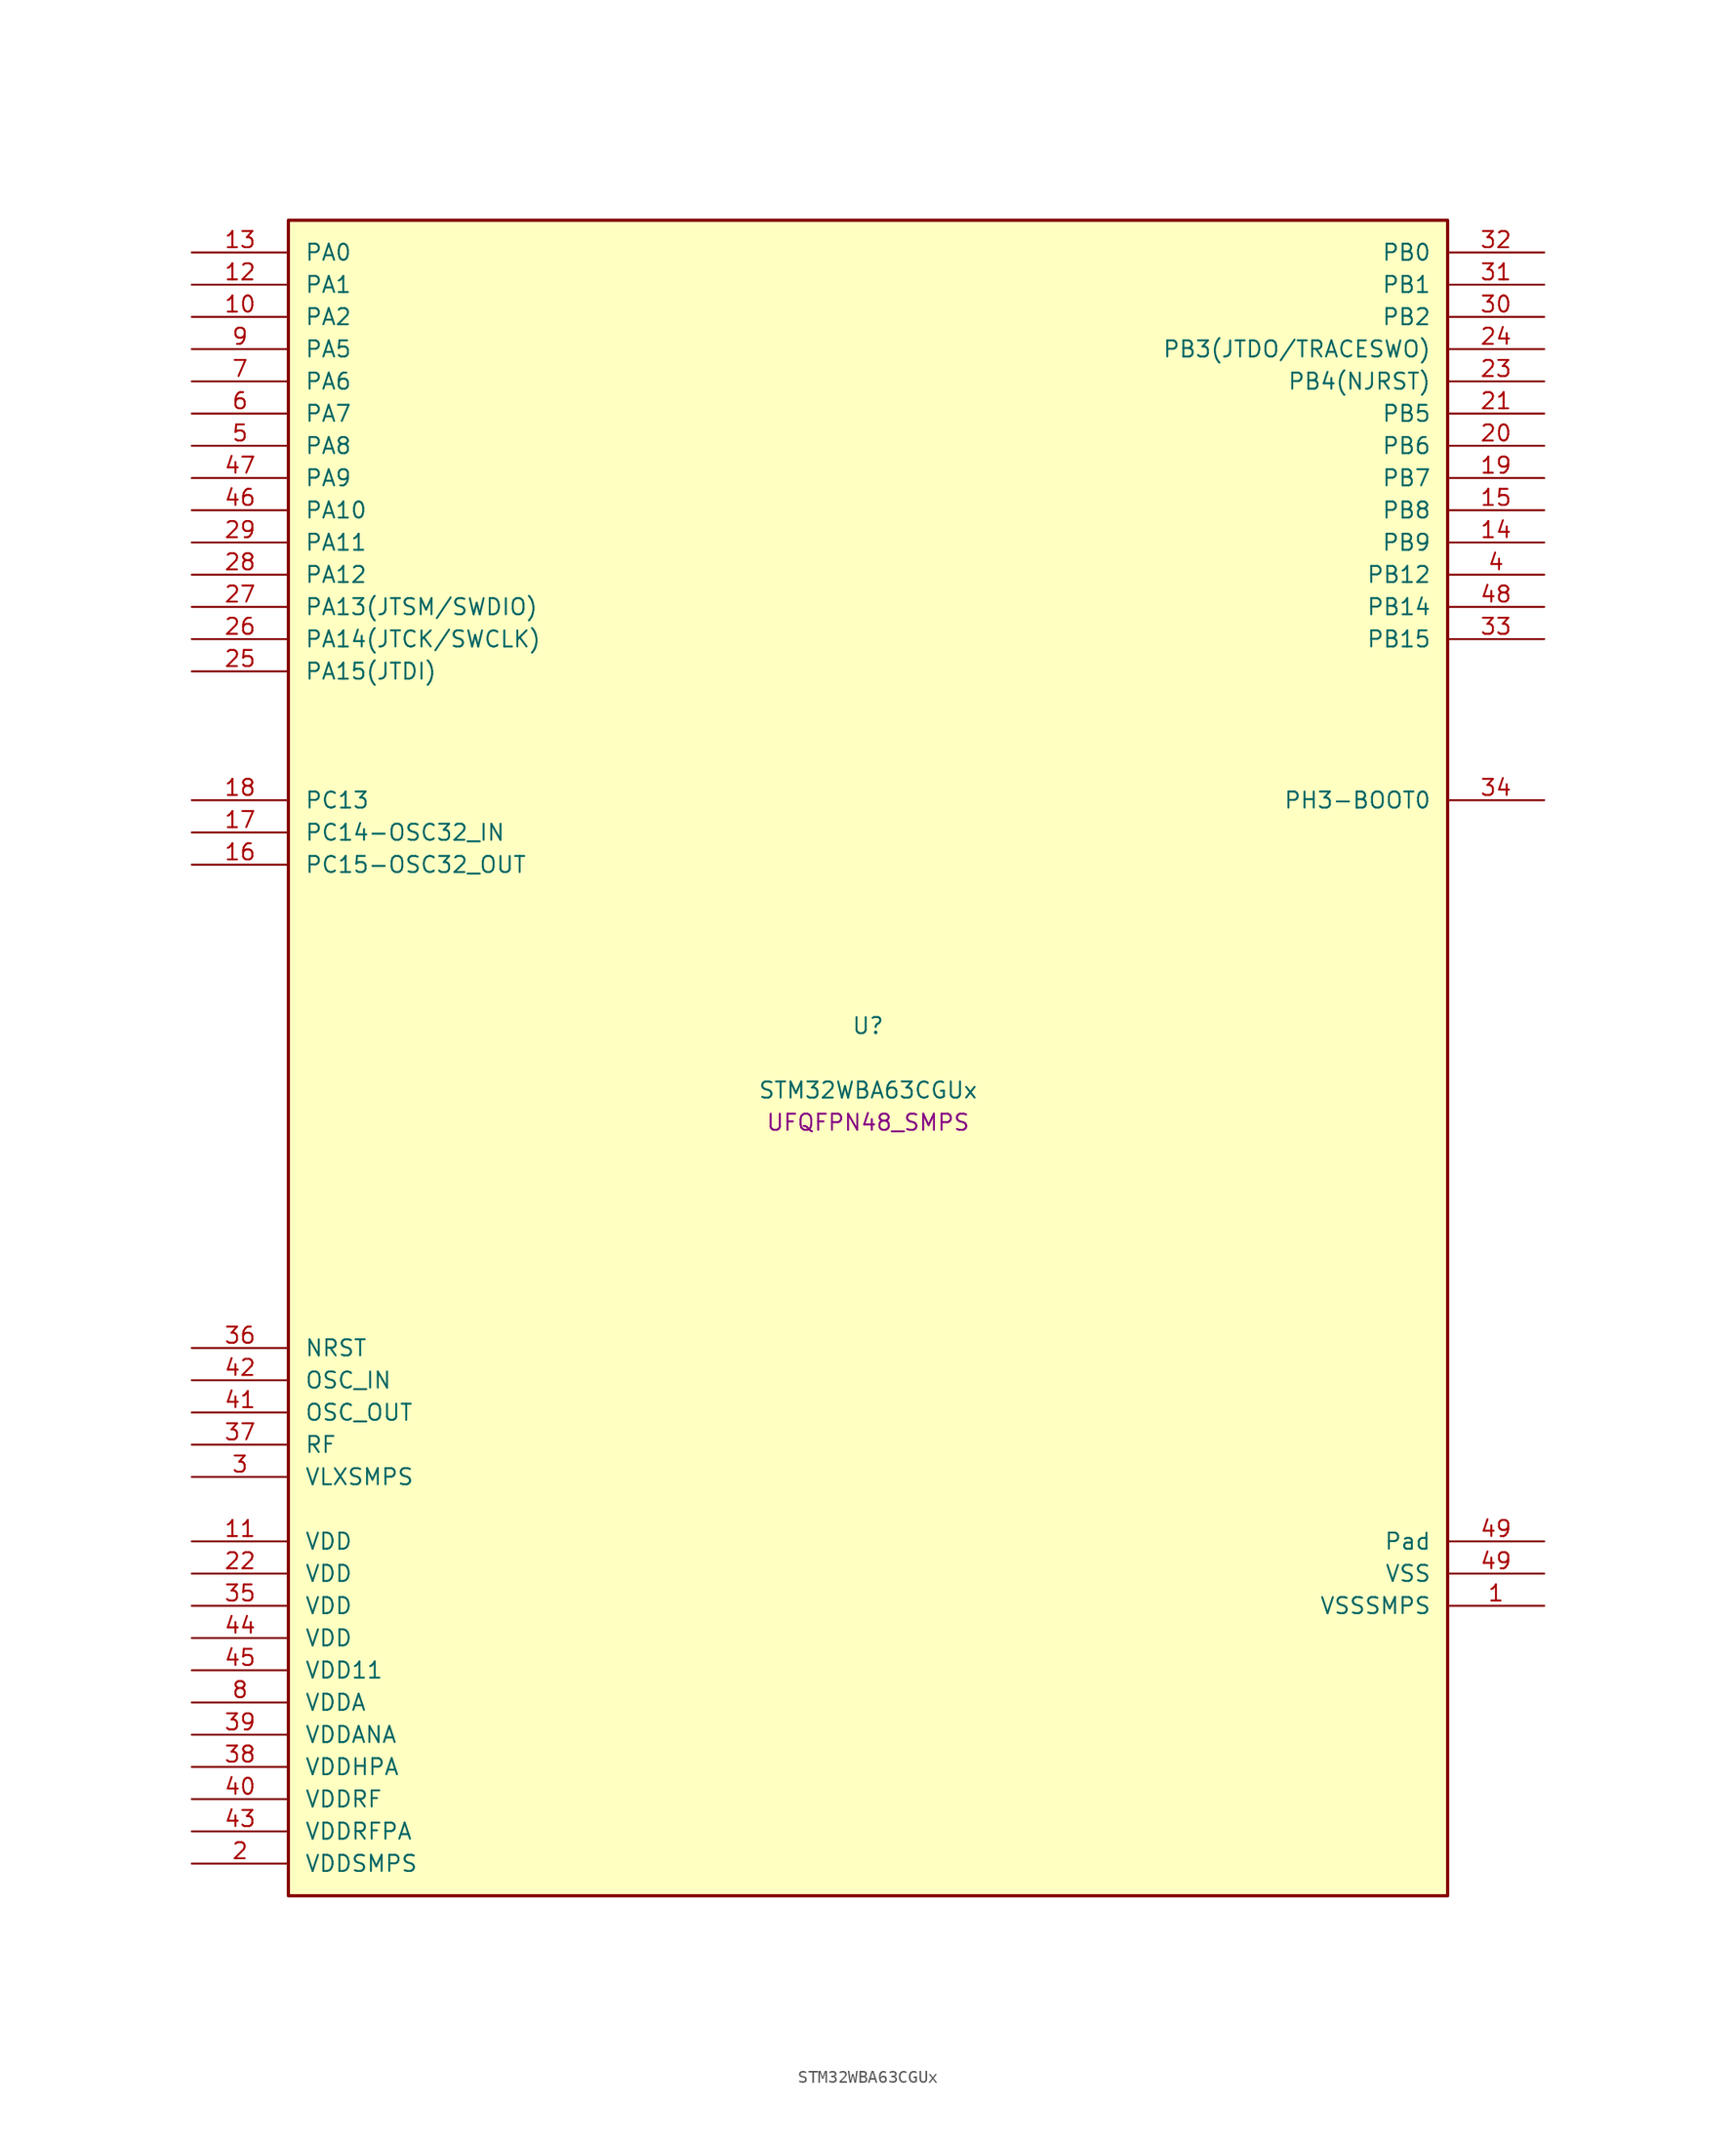
<source format=kicad_sym>
(kicad_symbol_lib
  (version 20241209)
  (generator "stm32_pkl_generator")
  (generator_version "1.0")
  (symbol "STM32WBA63CGUx"
    (pin_names
      (offset 1.27))
    (property "Reference" "U"
      (at 0 2.54 0))
    (property "Value" "STM32WBA63CGUx"
      (at 0 -2.54 0))
    (property "Footprint" "UFQFPN48_SMPS"
      (at 0 -5.08 0))
    (symbol "STM32WBA63CGUx_1_1"
      (rectangle (start -45.72 66.04) (end 45.72 -66.04) (stroke (width 0.254) (type solid)) (fill (type background)))
      (pin bidirectional line (at -53.34 63.5 0) (length 7.62) (name "PA0") (number "13") (alternate "PA0/ADC4_IN9" bidirectional line) (alternate "PA0/COMP2_INP" bidirectional line) (alternate "PA0/LPTIM1_IN1" bidirectional line) (alternate "PA0/LPUART1_CTS" bidirectional line) (alternate "PA0/PWR_WKUP1" bidirectional line) (alternate "PA0/SPI3_SCK" bidirectional line) (alternate "PA0/TIM1_CH2N" bidirectional line) (alternate "PA0/TIM3_CH3" bidirectional line) (alternate "PA0/TIM3_ETR" bidirectional line) (alternate "PA0/TSC_G2_IO2" bidirectional line))
      (pin bidirectional line (at -53.34 60.96 0) (length 7.62) (name "PA1") (number "12") (alternate "PA1/ADC4_IN8" bidirectional line) (alternate "PA1/COMP1_INM" bidirectional line) (alternate "PA1/LPTIM2_CH2" bidirectional line) (alternate "PA1/LPUART1_RX" bidirectional line) (alternate "PA1/PWR_WKUP3" bidirectional line) (alternate "PA1/SAI1_CK1" bidirectional line) (alternate "PA1/SPI1_RDY" bidirectional line) (alternate "PA1/SPI3_MISO" bidirectional line) (alternate "PA1/TIM17_CH1" bidirectional line) (alternate "PA1/TIM1_CH1N" bidirectional line) (alternate "PA1/TIM3_CH2" bidirectional line) (alternate "PA1/TSC_G2_IO1" bidirectional line) (alternate "PA1/USART1_CK" bidirectional line))
      (pin bidirectional line (at -53.34 58.42 0) (length 7.62) (name "PA2") (number "10") (alternate "PA2/ADC4_IN7" bidirectional line) (alternate "PA2/COMP1_INP" bidirectional line) (alternate "PA2/LPUART1_TX" bidirectional line) (alternate "PA2/PWR_WKUP4" bidirectional line) (alternate "PA2/RCC_LSCO" bidirectional line) (alternate "PA2/SAI1_D1" bidirectional line) (alternate "PA2/TIM16_CH1" bidirectional line) (alternate "PA2/TIM1_BKIN" bidirectional line) (alternate "PA2/TIM3_CH1" bidirectional line) (alternate "PA2/TSC_G4_IO4" bidirectional line) (alternate "PA2/USART1_DE" bidirectional line) (alternate "PA2/USART1_RTS" bidirectional line))
      (pin bidirectional line (at -53.34 55.88 0) (length 7.62) (name "PA5") (number "9") (alternate "PA5/ADC4_IN4" bidirectional line) (alternate "PA5/AUDIOCLK" bidirectional line) (alternate "PA5/LPTIM2_ETR" bidirectional line) (alternate "PA5/PWR_CSLEEP" bidirectional line) (alternate "PA5/PWR_WKUP6" bidirectional line) (alternate "PA5/SAI1_D2" bidirectional line) (alternate "PA5/SPI3_NSS" bidirectional line) (alternate "PA5/TIM2_CH1" bidirectional line) (alternate "PA5/TIM2_ETR" bidirectional line) (alternate "PA5/TSC_G1_IO4" bidirectional line) (alternate "PA5/USART1_CK" bidirectional line))
      (pin bidirectional line (at -53.34 53.34 0) (length 7.62) (name "PA6") (number "7") (alternate "PA6/ADC4_IN3" bidirectional line) (alternate "PA6/I2C3_SCL" bidirectional line) (alternate "PA6/PWR_CSTOP" bidirectional line) (alternate "PA6/PWR_WKUP7" bidirectional line) (alternate "PA6/SAI1_CK2" bidirectional line) (alternate "PA6/SAI1_MCLK_A" bidirectional line) (alternate "PA6/SPI3_RDY" bidirectional line) (alternate "PA6/TIM2_CH4" bidirectional line) (alternate "PA6/TSC_G1_IO3" bidirectional line) (alternate "PA6/USART1_DE" bidirectional line) (alternate "PA6/USART1_RTS" bidirectional line))
      (pin bidirectional line (at -53.34 50.8 0) (length 7.62) (name "PA7") (number "6") (alternate "PA7/ADC4_IN2" bidirectional line) (alternate "PA7/COMP1_OUT" bidirectional line) (alternate "PA7/I2C3_SDA" bidirectional line) (alternate "PA7/PWR_WKUP8" bidirectional line) (alternate "PA7/SAI1_SCK_A" bidirectional line) (alternate "PA7/SPI3_SCK" bidirectional line) (alternate "PA7/TAMP_IN1" bidirectional line) (alternate "PA7/TAMP_OUT2" bidirectional line) (alternate "PA7/TIM2_CH3" bidirectional line) (alternate "PA7/TSC_G1_IO2" bidirectional line) (alternate "PA7/USART1_CTS" bidirectional line))
      (pin bidirectional line (at -53.34 48.26 0) (length 7.62) (name "PA8") (number "5") (alternate "PA8/ADC4_IN1" bidirectional line) (alternate "PA8/LPTIM1_CH2" bidirectional line) (alternate "PA8/RCC_MCO" bidirectional line) (alternate "PA8/SAI1_FS_A" bidirectional line) (alternate "PA8/SPI3_RDY" bidirectional line) (alternate "PA8/TIM2_CH2" bidirectional line) (alternate "PA8/TSC_G1_IO1" bidirectional line) (alternate "PA8/USART1_RX" bidirectional line))
      (pin bidirectional line (at -53.34 45.72 0) (length 7.62) (name "PA9") (number "47") (alternate "PA9/LPUART1_DE" bidirectional line) (alternate "PA9/LPUART1_RTS" bidirectional line) (alternate "PA9/SAI1_CK1" bidirectional line) (alternate "PA9/TIM3_CH2" bidirectional line))
      (pin bidirectional line (at -53.34 43.18 0) (length 7.62) (name "PA10") (number "46") (alternate "PA10/LPUART1_RX" bidirectional line) (alternate "PA10/SAI1_D1" bidirectional line) (alternate "PA10/TIM3_CH1" bidirectional line))
      (pin bidirectional line (at -53.34 40.64 0) (length 7.62) (name "PA11") (number "29") (alternate "PA11/LPTIM2_CH1" bidirectional line) (alternate "PA11/RF_ANTSW1" bidirectional line) (alternate "PA11/TIM1_CH1" bidirectional line) (alternate "PA11/USART2_RX" bidirectional line))
      (pin bidirectional line (at -53.34 38.1 0) (length 7.62) (name "PA12") (number "28") (alternate "PA12/COMP2_OUT" bidirectional line) (alternate "PA12/PTA_STATUS" bidirectional line) (alternate "PA12/PWR_WKUP6" bidirectional line) (alternate "PA12/RF_ANTSW0" bidirectional line) (alternate "PA12/SPI1_NSS" bidirectional line) (alternate "PA12/TIM1_CH2" bidirectional line) (alternate "PA12/TSC_G3_IO4" bidirectional line) (alternate "PA12/USART2_TX" bidirectional line))
      (pin bidirectional line (at -53.34 35.56 0) (length 7.62) (name "PA13(JTSM/SWDIO)") (number "27") (alternate "PA13(JTSM/SWDIO)/DEBUG_JTMS-SWDIO" bidirectional line) (alternate "PA13(JTSM/SWDIO)/IR_OUT" bidirectional line) (alternate "PA13(JTSM/SWDIO)/PTA_PRIORITY" bidirectional line))
      (pin bidirectional line (at -53.34 33.02 0) (length 7.62) (name "PA14(JTCK/SWCLK)") (number "26") (alternate "PA14(JTCK/SWCLK)/COMP2_OUT" bidirectional line) (alternate "PA14(JTCK/SWCLK)/DEBUG_JTCK-SWCLK" bidirectional line) (alternate "PA14(JTCK/SWCLK)/PTA_STATUS" bidirectional line) (alternate "PA14(JTCK/SWCLK)/TAMP_IN3" bidirectional line) (alternate "PA14(JTCK/SWCLK)/TAMP_OUT6" bidirectional line) (alternate "PA14(JTCK/SWCLK)/USART2_TX" bidirectional line))
      (pin bidirectional line (at -53.34 30.48 0) (length 7.62) (name "PA15(JTDI)") (number "25") (alternate "PA15(JTDI)/ADC4_EXTI15" bidirectional line) (alternate "PA15(JTDI)/DEBUG_JTDI" bidirectional line) (alternate "PA15(JTDI)/I2C1_SCL" bidirectional line) (alternate "PA15(JTDI)/LPTIM1_CH2" bidirectional line) (alternate "PA15(JTDI)/PTA_STATUS" bidirectional line) (alternate "PA15(JTDI)/SPI1_MOSI" bidirectional line) (alternate "PA15(JTDI)/TIM17_BKIN" bidirectional line) (alternate "PA15(JTDI)/TIM1_ETR" bidirectional line) (alternate "PA15(JTDI)/TSC_G3_IO3" bidirectional line) (alternate "PA15(JTDI)/USART2_DE" bidirectional line) (alternate "PA15(JTDI)/USART2_RTS" bidirectional line))
      (pin bidirectional line (at 53.34 63.5 180) (length 7.62) (name "PB0") (number "32") (alternate "PB0/LPTIM2_IN2" bidirectional line) (alternate "PB0/TIM1_CH3N" bidirectional line) (alternate "PB0/USART2_TX" bidirectional line))
      (pin bidirectional line (at 53.34 60.96 180) (length 7.62) (name "PB1") (number "31") (alternate "PB1/I2C1_SDA" bidirectional line) (alternate "PB1/I2C3_SDA" bidirectional line) (alternate "PB1/PWR_WKUP4" bidirectional line) (alternate "PB1/TIM1_CH2N" bidirectional line) (alternate "PB1/USART2_DE" bidirectional line) (alternate "PB1/USART2_RTS" bidirectional line))
      (pin bidirectional line (at 53.34 58.42 180) (length 7.62) (name "PB2") (number "30") (alternate "PB2/I2C1_SCL" bidirectional line) (alternate "PB2/I2C3_SCL" bidirectional line) (alternate "PB2/PWR_WKUP1" bidirectional line) (alternate "PB2/RF_ANTSW2" bidirectional line) (alternate "PB2/RTC_OUT2" bidirectional line) (alternate "PB2/TIM1_CH1N" bidirectional line) (alternate "PB2/USART2_CTS" bidirectional line))
      (pin bidirectional line (at 53.34 55.88 180) (length 7.62) (name "PB3(JTDO/TRACESWO)") (number "24") (alternate "PB3(JTDO/TRACESWO)/DEBUG_JTDO-SWO" bidirectional line) (alternate "PB3(JTDO/TRACESWO)/I2C1_SDA" bidirectional line) (alternate "PB3(JTDO/TRACESWO)/LPTIM1_IN2" bidirectional line) (alternate "PB3(JTDO/TRACESWO)/PTA_ACTIVE" bidirectional line) (alternate "PB3(JTDO/TRACESWO)/SPI1_MISO" bidirectional line) (alternate "PB3(JTDO/TRACESWO)/TIM17_CH1N" bidirectional line) (alternate "PB3(JTDO/TRACESWO)/TIM1_CH4" bidirectional line) (alternate "PB3(JTDO/TRACESWO)/TSC_G3_IO2" bidirectional line) (alternate "PB3(JTDO/TRACESWO)/USART2_CK" bidirectional line))
      (pin bidirectional line (at 53.34 53.34 180) (length 7.62) (name "PB4(NJRST)") (number "23") (alternate "PB4(NJRST)/DEBUG_NJTRST" bidirectional line) (alternate "PB4(NJRST)/LPTIM2_IN2" bidirectional line) (alternate "PB4(NJRST)/PTA_ACTIVE" bidirectional line) (alternate "PB4(NJRST)/PTA_PRIORITY" bidirectional line) (alternate "PB4(NJRST)/SAI1_MCLK_B" bidirectional line) (alternate "PB4(NJRST)/SPI1_SCK" bidirectional line) (alternate "PB4(NJRST)/TIM17_CH1" bidirectional line) (alternate "PB4(NJRST)/TIM1_CH3" bidirectional line) (alternate "PB4(NJRST)/TSC_G3_IO1" bidirectional line) (alternate "PB4(NJRST)/USART2_RX" bidirectional line))
      (pin bidirectional line (at 53.34 50.8 180) (length 7.62) (name "PB5") (number "21") (alternate "PB5/LPUART1_TX" bidirectional line) (alternate "PB5/SAI1_D2" bidirectional line) (alternate "PB5/SAI1_FS_B" bidirectional line) (alternate "PB5/TIM3_CH1" bidirectional line) (alternate "PB5/TSC_G5_IO4" bidirectional line))
      (pin bidirectional line (at 53.34 48.26 180) (length 7.62) (name "PB6") (number "20") (alternate "PB6/PWR_WKUP3" bidirectional line) (alternate "PB6/SAI1_SCK_B" bidirectional line) (alternate "PB6/TIM2_CH1" bidirectional line) (alternate "PB6/TIM2_ETR" bidirectional line) (alternate "PB6/TSC_G5_IO3" bidirectional line))
      (pin bidirectional line (at 53.34 45.72 180) (length 7.62) (name "PB7") (number "19") (alternate "PB7/PWR_WKUP5" bidirectional line) (alternate "PB7/SAI1_SD_B" bidirectional line) (alternate "PB7/TAMP_IN5" bidirectional line) (alternate "PB7/TAMP_OUT4" bidirectional line) (alternate "PB7/TIM1_CH4N" bidirectional line) (alternate "PB7/TSC_G5_IO2" bidirectional line))
      (pin bidirectional line (at 53.34 43.18 180) (length 7.62) (name "PB8") (number "15") (alternate "PB8/COMP1_OUT" bidirectional line) (alternate "PB8/LPTIM1_ETR" bidirectional line) (alternate "PB8/PWR_PVD_IN" bidirectional line) (alternate "PB8/SPI3_MOSI" bidirectional line) (alternate "PB8/TIM16_CH1N" bidirectional line) (alternate "PB8/TIM1_CH1" bidirectional line) (alternate "PB8/TIM3_ETR" bidirectional line) (alternate "PB8/TSC_G2_IO4" bidirectional line) (alternate "PB8/USART2_RX" bidirectional line))
      (pin bidirectional line (at 53.34 40.64 180) (length 7.62) (name "PB9") (number "14") (alternate "PB9/ADC4_IN10" bidirectional line) (alternate "PB9/COMP2_INM" bidirectional line) (alternate "PB9/IR_OUT" bidirectional line) (alternate "PB9/LPTIM2_IN1" bidirectional line) (alternate "PB9/LPUART1_DE" bidirectional line) (alternate "PB9/LPUART1_RTS" bidirectional line) (alternate "PB9/PWR_WKUP8" bidirectional line) (alternate "PB9/SPI3_MISO" bidirectional line) (alternate "PB9/TIM16_CH1" bidirectional line) (alternate "PB9/TIM1_CH3N" bidirectional line) (alternate "PB9/TIM3_CH4" bidirectional line) (alternate "PB9/TSC_G2_IO3" bidirectional line))
      (pin bidirectional line (at 53.34 38.1 180) (length 7.62) (name "PB12") (number "4") (alternate "PB12/SAI1_SD_A" bidirectional line) (alternate "PB12/SPI1_RDY" bidirectional line) (alternate "PB12/TIM2_CH1" bidirectional line) (alternate "PB12/TIM2_ETR" bidirectional line) (alternate "PB12/TIM3_ETR" bidirectional line) (alternate "PB12/TSC_SYNC" bidirectional line) (alternate "PB12/USART1_TX" bidirectional line))
      (pin bidirectional line (at 53.34 35.56 180) (length 7.62) (name "PB14") (number "48") (alternate "PB14/PWR_WKUP7" bidirectional line) (alternate "PB14/RTC_REFIN" bidirectional line) (alternate "PB14/SAI1_SD_A" bidirectional line) (alternate "PB14/TIM3_CH3" bidirectional line) (alternate "PB14/TSC_G6_IO1" bidirectional line) (alternate "PB14/USART1_TX" bidirectional line))
      (pin bidirectional line (at 53.34 33.02 180) (length 7.62) (name "PB15") (number "33") (alternate "PB15/ADC4_EXTI15" bidirectional line) (alternate "PB15/I2C1_SMBA" bidirectional line) (alternate "PB15/I2C3_SMBA" bidirectional line) (alternate "PB15/LPUART1_CTS" bidirectional line) (alternate "PB15/PTA_GRANT" bidirectional line) (alternate "PB15/RF_EXTPABYP" bidirectional line) (alternate "PB15/TIM16_BKIN" bidirectional line) (alternate "PB15/TIM1_BKIN2" bidirectional line) (alternate "PB15/USART2_CTS" bidirectional line))
      (pin bidirectional line (at -53.34 20.32 0) (length 7.62) (name "PC13") (number "18") (alternate "PC13/PWR_WKUP2" bidirectional line) (alternate "PC13/RTC_OUT1" bidirectional line) (alternate "PC13/RTC_TS" bidirectional line) (alternate "PC13/TAMP_IN4" bidirectional line) (alternate "PC13/TAMP_OUT5" bidirectional line) (alternate "PC13/TIM1_BKIN2" bidirectional line) (alternate "PC13/TSC_G5_IO1" bidirectional line))
      (pin bidirectional line (at -53.34 17.78 0) (length 7.62) (name "PC14-OSC32_IN") (number "17") (alternate "PC14-OSC32_IN/RCC_OSC32_IN" bidirectional line))
      (pin bidirectional line (at -53.34 15.24 0) (length 7.62) (name "PC15-OSC32_OUT") (number "16") (alternate "PC15-OSC32_OUT/ADC4_EXTI15" bidirectional line) (alternate "PC15-OSC32_OUT/RCC_OSC32_OUT" bidirectional line))
      (pin bidirectional line (at 53.34 20.32 180) (length 7.62) (name "PH3-BOOT0") (number "34") (alternate "PH3-BOOT0/PTA_GRANT" bidirectional line) (alternate "PH3-BOOT0/RF_EXTPABYP" bidirectional line) (alternate "PH3-BOOT0/TAMP_IN2" bidirectional line) (alternate "PH3-BOOT0/TAMP_OUT1" bidirectional line))
      (pin input line (at -53.34 -22.86 0) (length 7.62) (name "NRST") (number "36"))
      (pin bidirectional line (at -53.34 -25.4 0) (length 7.62) (name "OSC_IN") (number "42") (alternate "OSC_IN/RCC_OSC_IN" bidirectional line))
      (pin bidirectional line (at -53.34 -27.94 0) (length 7.62) (name "OSC_OUT") (number "41") (alternate "OSC_OUT/RCC_OSC_OUT" bidirectional line))
      (pin bidirectional line (at -53.34 -30.48 0) (length 7.62) (name "RF") (number "37"))
      (pin power_in line (at -53.34 -33.02 0) (length 7.62) (name "VLXSMPS") (number "3"))
      (pin power_in line (at -53.34 -38.1 0) (length 7.62) (name "VDD") (number "11"))
      (pin power_in line (at -53.34 -40.64 0) (length 7.62) (name "VDD") (number "22"))
      (pin power_in line (at -53.34 -43.18 0) (length 7.62) (name "VDD") (number "35"))
      (pin power_in line (at -53.34 -45.72 0) (length 7.62) (name "VDD") (number "44"))
      (pin power_in line (at -53.34 -48.26 0) (length 7.62) (name "VDD11") (number "45"))
      (pin power_in line (at -53.34 -50.8 0) (length 7.62) (name "VDDA") (number "8"))
      (pin power_in line (at -53.34 -53.34 0) (length 7.62) (name "VDDANA") (number "39"))
      (pin power_in line (at -53.34 -55.88 0) (length 7.62) (name "VDDHPA") (number "38"))
      (pin power_in line (at -53.34 -58.42 0) (length 7.62) (name "VDDRF") (number "40"))
      (pin power_in line (at -53.34 -60.96 0) (length 7.62) (name "VDDRFPA") (number "43"))
      (pin power_in line (at -53.34 -63.5 0) (length 7.62) (name "VDDSMPS") (number "2"))
      (pin passive line (at 53.34 -38.1 180) (length 7.62) (name "Pad") (number "49"))
      (pin power_in line (at 53.34 -40.64 180) (length 7.62) (name "VSS") (number "49"))
      (pin power_in line (at 53.34 -43.18 180) (length 7.62) (name "VSSSMPS") (number "1")))))
</source>
